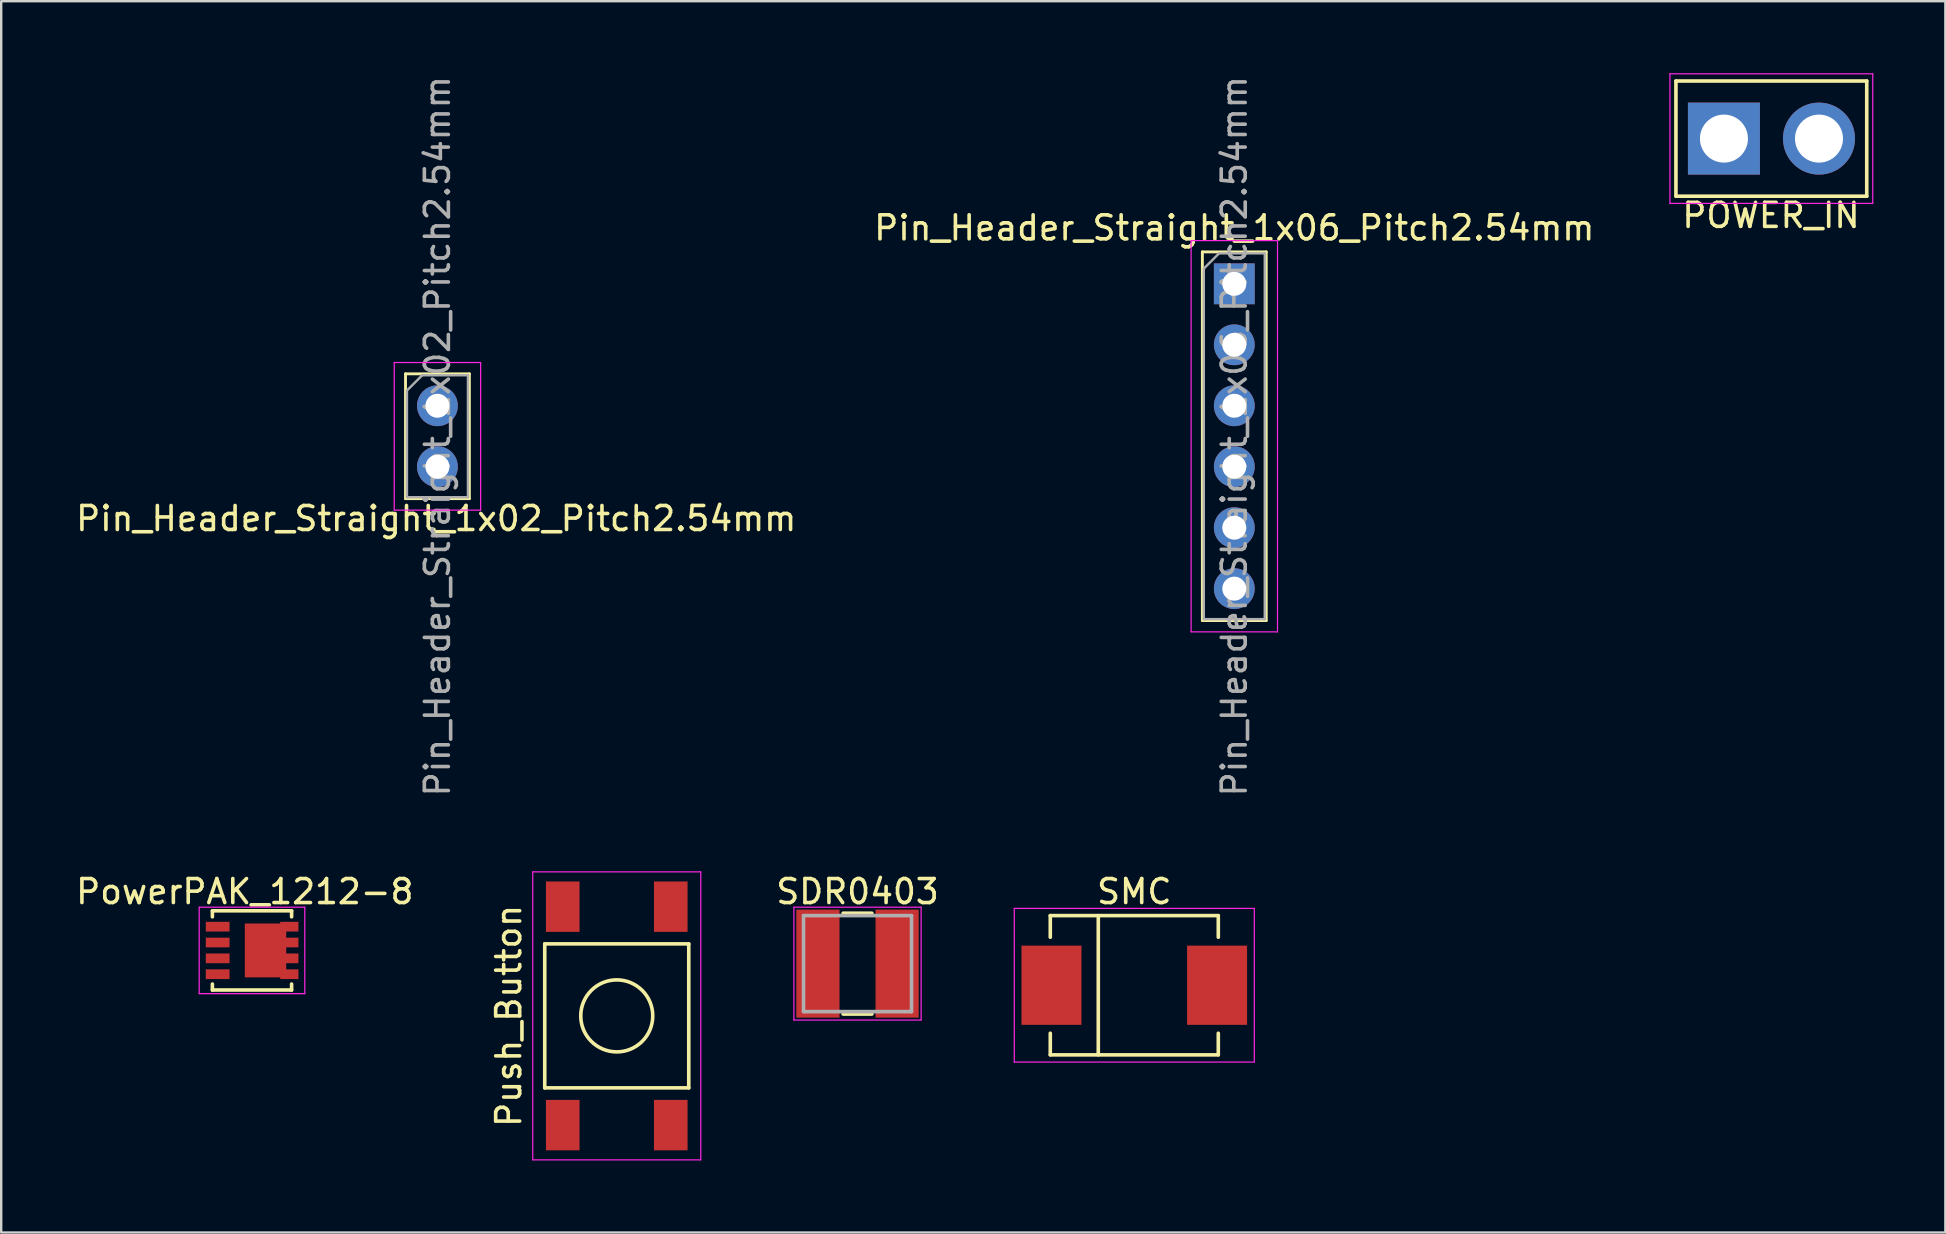
<source format=kicad_pcb>
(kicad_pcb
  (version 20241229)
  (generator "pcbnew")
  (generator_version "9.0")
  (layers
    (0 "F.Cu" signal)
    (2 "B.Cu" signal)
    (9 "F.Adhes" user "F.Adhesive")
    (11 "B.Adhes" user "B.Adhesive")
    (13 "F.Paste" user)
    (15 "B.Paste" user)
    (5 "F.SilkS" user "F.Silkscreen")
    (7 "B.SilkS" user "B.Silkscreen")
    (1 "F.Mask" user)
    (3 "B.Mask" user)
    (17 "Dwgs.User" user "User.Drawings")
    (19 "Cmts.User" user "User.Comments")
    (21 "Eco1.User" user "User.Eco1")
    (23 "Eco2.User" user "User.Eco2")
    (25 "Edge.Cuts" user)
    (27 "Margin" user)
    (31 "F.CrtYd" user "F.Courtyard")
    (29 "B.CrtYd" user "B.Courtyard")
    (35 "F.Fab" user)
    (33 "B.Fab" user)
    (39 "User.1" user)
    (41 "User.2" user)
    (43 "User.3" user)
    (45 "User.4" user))
  (footprint "Push_Button"
    (layer "F.Cu")
    (at 22.646 39.275)
    (property "Reference" "Push_Button" (at -4.5 0 90) (layer "F.SilkS") (effects (font (size 1 1) (thickness 0.15))))
    (attr through_hole)
    (fp_line (start -3 -3) (end 3 -3) (stroke (width 0.15) (type solid)) (layer "F.SilkS"))
    (fp_line (start -3 3) (end -3 -3) (stroke (width 0.15) (type solid)) (layer "F.SilkS"))
    (fp_line (start 3 -3) (end 3 3) (stroke (width 0.15) (type solid)) (layer "F.SilkS"))
    (fp_line (start 3 3) (end -3 3) (stroke (width 0.15) (type solid)) (layer "F.SilkS"))
    (fp_circle (center 0 0) (end 1.5 0) (stroke (width 0.15) (type solid)) (fill no) (layer "F.SilkS"))
    (fp_line (start -3.5 -6) (end 3.5 -6) (stroke (width 0.05) (type solid)) (layer "F.CrtYd"))
    (fp_line (start -3.5 6) (end -3.5 -6) (stroke (width 0.05) (type solid)) (layer "F.CrtYd"))
    (fp_line (start 3.5 -6) (end 3.5 6) (stroke (width 0.05) (type solid)) (layer "F.CrtYd"))
    (fp_line (start 3.5 6) (end -3.5 6) (stroke (width 0.05) (type solid)) (layer "F.CrtYd"))
    (pad "1" smd rect (at 2.25 -4.55) (size 1.4 2.1) (layers "F.Cu" "F.Mask" "F.Paste"))
    (pad "1" smd rect (at 2.25 4.55) (size 1.4 2.1) (layers "F.Cu" "F.Mask" "F.Paste"))
    (pad "2" smd rect (at -2.25 -4.55) (size 1.4 2.1) (layers "F.Cu" "F.Mask" "F.Paste"))
    (pad "2" smd rect (at -2.25 4.55) (size 1.4 2.1) (layers "F.Cu" "F.Mask" "F.Paste")))
  (footprint "SMC"
    (layer "F.Cu")
    (at 44.208 37.998)
    (property "Reference" "SMC" (at 0 -3.9 0) (layer "F.SilkS") (effects (font (size 1 1) (thickness 0.15))))
    (attr through_hole)
    (fp_line (start -3.5 -2.9) (end -3.5 -2) (stroke (width 0.15) (type solid)) (layer "F.SilkS"))
    (fp_line (start -3.5 2.9) (end -3.5 2) (stroke (width 0.15) (type solid)) (layer "F.SilkS"))
    (fp_line (start -1.5 -2.9) (end -1.5 2.9) (stroke (width 0.15) (type solid)) (layer "F.SilkS"))
    (fp_line (start 3.5 -2.9) (end -3.5 -2.9) (stroke (width 0.15) (type solid)) (layer "F.SilkS"))
    (fp_line (start 3.5 -2.9) (end 3.5 -2) (stroke (width 0.15) (type solid)) (layer "F.SilkS"))
    (fp_line (start 3.5 2.9) (end -3.5 2.9) (stroke (width 0.15) (type solid)) (layer "F.SilkS"))
    (fp_line (start 3.5 2.9) (end 3.5 2) (stroke (width 0.15) (type solid)) (layer "F.SilkS"))
    (fp_line (start -5 -3.2) (end -5 3.2) (stroke (width 0.05) (type solid)) (layer "F.CrtYd"))
    (fp_line (start -5 3.2) (end 5 3.2) (stroke (width 0.05) (type solid)) (layer "F.CrtYd"))
    (fp_line (start 5 -3.2) (end -5 -3.2) (stroke (width 0.05) (type solid)) (layer "F.CrtYd"))
    (fp_line (start 5 -3.2) (end 5 3.2) (stroke (width 0.05) (type solid)) (layer "F.CrtYd"))
    (pad "1" smd rect (at -3.45 0) (size 2.5 3.3) (layers "F.Cu" "F.Mask" "F.Paste"))
    (pad "2" smd rect (at 3.45 0) (size 2.5 3.3) (layers "F.Cu" "F.Mask" "F.Paste")))
  (footprint "Pin_Header_Straight_1x02_Pitch2.54mm"
    (layer "F.Cu")
    (at 15.175 13.855)
    (property "Reference" "Pin_Header_Straight_1x02_Pitch2.54mm" (at -0.05 4.7 0) (layer "F.SilkS") (effects (font (size 1 1) (thickness 0.15))))
    (attr through_hole)
    (fp_line (start -1.33 -1.33) (end -1.33 3.87) (stroke (width 0.12) (type solid)) (layer "F.SilkS"))
    (fp_line (start -1.33 -1.33) (end 1.33 -1.33) (stroke (width 0.12) (type solid)) (layer "F.SilkS"))
    (fp_line (start -1.33 3.87) (end 1.33 3.87) (stroke (width 0.12) (type solid)) (layer "F.SilkS"))
    (fp_line (start 1.33 -1.33) (end 1.33 3.87) (stroke (width 0.12) (type solid)) (layer "F.SilkS"))
    (fp_line (start -1.8 -1.8) (end -1.8 4.35) (stroke (width 0.05) (type solid)) (layer "F.CrtYd"))
    (fp_line (start -1.8 4.35) (end 1.8 4.35) (stroke (width 0.05) (type solid)) (layer "F.CrtYd"))
    (fp_line (start 1.8 -1.8) (end -1.8 -1.8) (stroke (width 0.05) (type solid)) (layer "F.CrtYd"))
    (fp_line (start 1.8 4.35) (end 1.8 -1.8) (stroke (width 0.05) (type solid)) (layer "F.CrtYd"))
    (fp_line (start -1.27 -0.635) (end -0.635 -1.27) (stroke (width 0.1) (type solid)) (layer "F.Fab"))
    (fp_line (start -1.27 3.81) (end -1.27 -0.635) (stroke (width 0.1) (type solid)) (layer "F.Fab"))
    (fp_line (start -0.635 -1.27) (end 1.27 -1.27) (stroke (width 0.1) (type solid)) (layer "F.Fab"))
    (fp_line (start 1.27 -1.27) (end 1.27 3.81) (stroke (width 0.1) (type solid)) (layer "F.Fab"))
    (fp_line (start 1.27 3.81) (end -1.27 3.81) (stroke (width 0.1) (type solid)) (layer "F.Fab"))
    (fp_text user "${REFERENCE}" (at 0 1.27 90) (layer "F.Fab") (effects (font (size 1 1) (thickness 0.15))))
    (pad "1" thru_hole oval (at 0 0) (size 1.7 1.7) (drill 1) (layers "*.Cu" "*.Mask"))
    (pad "2" thru_hole oval (at 0 2.54) (size 1.7 1.7) (drill 1) (layers "*.Cu" "*.Mask")))
  (footprint "PowerPAK_1212-8"
    (layer "F.Cu")
    (at 7.149 36.548)
    (property "Reference" "PowerPAK_1212-8" (at 0 -2.45 0) (layer "F.SilkS") (effects (font (size 1 1) (thickness 0.15))))
    (attr through_hole)
    (fp_line (start -1.35 -1.65) (end 1.95 -1.65) (stroke (width 0.15) (type solid)) (layer "F.SilkS"))
    (fp_line (start -1.35 -1.4) (end -1.35 -1.65) (stroke (width 0.15) (type solid)) (layer "F.SilkS"))
    (fp_line (start -1.35 1.65) (end -1.35 1.4) (stroke (width 0.15) (type solid)) (layer "F.SilkS"))
    (fp_line (start -1.35 1.65) (end 1.95 1.65) (stroke (width 0.15) (type solid)) (layer "F.SilkS"))
    (fp_line (start 1.95 -1.4) (end 1.95 -1.65) (stroke (width 0.15) (type solid)) (layer "F.SilkS"))
    (fp_line (start 1.95 1.65) (end 1.95 1.4) (stroke (width 0.15) (type solid)) (layer "F.SilkS"))
    (fp_line (start -1.9 1.8) (end -1.9 -1.8) (stroke (width 0.05) (type solid)) (layer "F.CrtYd"))
    (fp_line (start 2.5 -1.8) (end -1.9 -1.8) (stroke (width 0.05) (type solid)) (layer "F.CrtYd"))
    (fp_line (start 2.5 -1.8) (end 2.5 1.8) (stroke (width 0.05) (type solid)) (layer "F.CrtYd"))
    (fp_line (start 2.5 1.8) (end -1.9 1.8) (stroke (width 0.05) (type solid)) (layer "F.CrtYd"))
    (pad "1" smd rect (at -1.13 0.99) (size 0.99 0.405) (layers "F.Cu" "F.Mask" "F.Paste"))
    (pad "2" smd rect (at 0.863 0) (size 1.725 2.245) (layers "F.Cu" "F.Mask" "F.Paste"))
    (pad "2" smd rect (at 1.855 -0.99) (size 0.76 0.405) (layers "F.Cu" "F.Mask" "F.Paste"))
    (pad "2" smd rect (at 1.855 -0.33) (size 0.76 0.405) (layers "F.Cu" "F.Mask" "F.Paste"))
    (pad "2" smd rect (at 1.855 0.33) (size 0.76 0.405) (layers "F.Cu" "F.Mask" "F.Paste"))
    (pad "2" smd rect (at 1.855 0.99) (size 0.76 0.405) (layers "F.Cu" "F.Mask" "F.Paste"))
    (pad "3" smd rect (at -1.13 -0.99) (size 0.99 0.405) (layers "F.Cu" "F.Mask" "F.Paste"))
    (pad "3" smd rect (at -1.13 -0.33) (size 0.99 0.405) (layers "F.Cu" "F.Mask" "F.Paste"))
    (pad "3" smd rect (at -1.13 0.33) (size 0.99 0.405) (layers "F.Cu" "F.Mask" "F.Paste")))
  (footprint "SDR0403"
    (layer "F.Cu")
    (at 32.677 37.098)
    (property "Reference" "SDR0403" (at 0 -3 0) (layer "F.SilkS") (effects (font (size 1 1) (thickness 0.15))))
    (attr through_hole)
    (fp_line (start 0.6 -2.1) (end -0.6 -2.1) (stroke (width 0.15) (type solid)) (layer "F.SilkS"))
    (fp_line (start 0.6 2.1) (end -0.6 2.1) (stroke (width 0.15) (type solid)) (layer "F.SilkS"))
    (fp_line (start -2.65 -2.35) (end 2.65 -2.35) (stroke (width 0.05) (type solid)) (layer "F.CrtYd"))
    (fp_line (start -2.65 2.35) (end -2.65 -2.35) (stroke (width 0.05) (type solid)) (layer "F.CrtYd"))
    (fp_line (start 2.65 -2.35) (end 2.65 2.35) (stroke (width 0.05) (type solid)) (layer "F.CrtYd"))
    (fp_line (start 2.65 2.35) (end -2.65 2.35) (stroke (width 0.05) (type solid)) (layer "F.CrtYd"))
    (fp_line (start -2.25 -2) (end 2.25 -2) (stroke (width 0.15) (type solid)) (layer "F.Fab"))
    (fp_line (start -2.25 2) (end -2.25 -2) (stroke (width 0.15) (type solid)) (layer "F.Fab"))
    (fp_line (start 2.25 -2) (end 2.25 2) (stroke (width 0.15) (type solid)) (layer "F.Fab"))
    (fp_line (start 2.25 2) (end -2.25 2) (stroke (width 0.15) (type solid)) (layer "F.Fab"))
    (pad "1" smd rect (at -1.65 0) (size 1.8 4.5) (layers "F.Cu" "F.Mask" "F.Paste"))
    (pad "2" smd rect (at 1.65 0) (size 1.8 4.5) (layers "F.Cu" "F.Mask" "F.Paste")))
  (footprint "Pin_Header_Straight_1x06_Pitch2.54mm"
    (layer "F.Cu")
    (at 48.375 8.775)
    (property "Reference" "Pin_Header_Straight_1x06_Pitch2.54mm" (at 0 -2.33 0) (layer "F.SilkS") (effects (font (size 1 1) (thickness 0.15))))
    (attr through_hole)
    (fp_line (start -1.33 -1.33) (end -1.33 14.03) (stroke (width 0.12) (type solid)) (layer "F.SilkS"))
    (fp_line (start -1.33 -1.33) (end 1.33 -1.33) (stroke (width 0.12) (type solid)) (layer "F.SilkS"))
    (fp_line (start -1.33 14.03) (end 1.33 14.03) (stroke (width 0.12) (type solid)) (layer "F.SilkS"))
    (fp_line (start 1.33 -1.33) (end 1.33 14.03) (stroke (width 0.12) (type solid)) (layer "F.SilkS"))
    (fp_line (start -1.8 -1.8) (end -1.8 14.5) (stroke (width 0.05) (type solid)) (layer "F.CrtYd"))
    (fp_line (start -1.8 14.5) (end 1.8 14.5) (stroke (width 0.05) (type solid)) (layer "F.CrtYd"))
    (fp_line (start 1.8 -1.8) (end -1.8 -1.8) (stroke (width 0.05) (type solid)) (layer "F.CrtYd"))
    (fp_line (start 1.8 14.5) (end 1.8 -1.8) (stroke (width 0.05) (type solid)) (layer "F.CrtYd"))
    (fp_line (start -1.27 -0.635) (end -0.635 -1.27) (stroke (width 0.1) (type solid)) (layer "F.Fab"))
    (fp_line (start -1.27 13.97) (end -1.27 -0.635) (stroke (width 0.1) (type solid)) (layer "F.Fab"))
    (fp_line (start -0.635 -1.27) (end 1.27 -1.27) (stroke (width 0.1) (type solid)) (layer "F.Fab"))
    (fp_line (start 1.27 -1.27) (end 1.27 13.97) (stroke (width 0.1) (type solid)) (layer "F.Fab"))
    (fp_line (start 1.27 13.97) (end -1.27 13.97) (stroke (width 0.1) (type solid)) (layer "F.Fab"))
    (fp_text user "${REFERENCE}" (at 0 6.35 90) (layer "F.Fab") (effects (font (size 1 1) (thickness 0.15))))
    (pad "1" thru_hole rect (at 0 0) (size 1.7 1.7) (drill 1) (layers "*.Cu" "*.Mask"))
    (pad "2" thru_hole oval (at 0 2.54) (size 1.7 1.7) (drill 1) (layers "*.Cu" "*.Mask"))
    (pad "3" thru_hole oval (at 0 5.08) (size 1.7 1.7) (drill 1) (layers "*.Cu" "*.Mask"))
    (pad "4" thru_hole oval (at 0 7.62) (size 1.7 1.7) (drill 1) (layers "*.Cu" "*.Mask"))
    (pad "5" thru_hole oval (at 0 10.16) (size 1.7 1.7) (drill 1) (layers "*.Cu" "*.Mask"))
    (pad "6" thru_hole oval (at 0 12.7) (size 1.7 1.7) (drill 1) (layers "*.Cu" "*.Mask")))
  (footprint "POWER_IN"
    (layer "F.Cu")
    (at 68.775 2.725)
    (property "Reference" "POWER_IN" (at 1.96 3.2 0) (layer "F.SilkS") (effects (font (size 1 1) (thickness 0.15))))
    (attr through_hole)
    (fp_line (start -2 -2.4) (end -2 2.4) (stroke (width 0.15) (type solid)) (layer "F.SilkS"))
    (fp_line (start -2 -2.4) (end 5.95 -2.4) (stroke (width 0.15) (type solid)) (layer "F.SilkS"))
    (fp_line (start -2 2.4) (end 5.95 2.4) (stroke (width 0.15) (type solid)) (layer "F.SilkS"))
    (fp_line (start 5.95 -2.4) (end 5.95 2.4) (stroke (width 0.15) (type solid)) (layer "F.SilkS"))
    (fp_line (start -2.25 -2.7) (end 6.2 -2.7) (stroke (width 0.05) (type solid)) (layer "F.CrtYd"))
    (fp_line (start -2.25 2.7) (end -2.25 -2.7) (stroke (width 0.05) (type solid)) (layer "F.CrtYd"))
    (fp_line (start 6.2 -2.7) (end 6.2 2.7) (stroke (width 0.05) (type solid)) (layer "F.CrtYd"))
    (fp_line (start 6.2 2.7) (end -2.25 2.7) (stroke (width 0.05) (type solid)) (layer "F.CrtYd"))
    (pad "1" thru_hole rect (at 0 0) (size 3 3) (drill 2) (layers "*.Cu" "*.Mask"))
    (pad "2" thru_hole circle (at 3.96 0) (size 3 3) (drill 2) (layers "*.Cu" "*.Mask")))
  (gr_rect
    (start -3 -3)
    (end 78 48.3)
    (stroke (width 0.1) (type default))
    (fill no)
    (layer "Edge.Cuts")))
</source>
